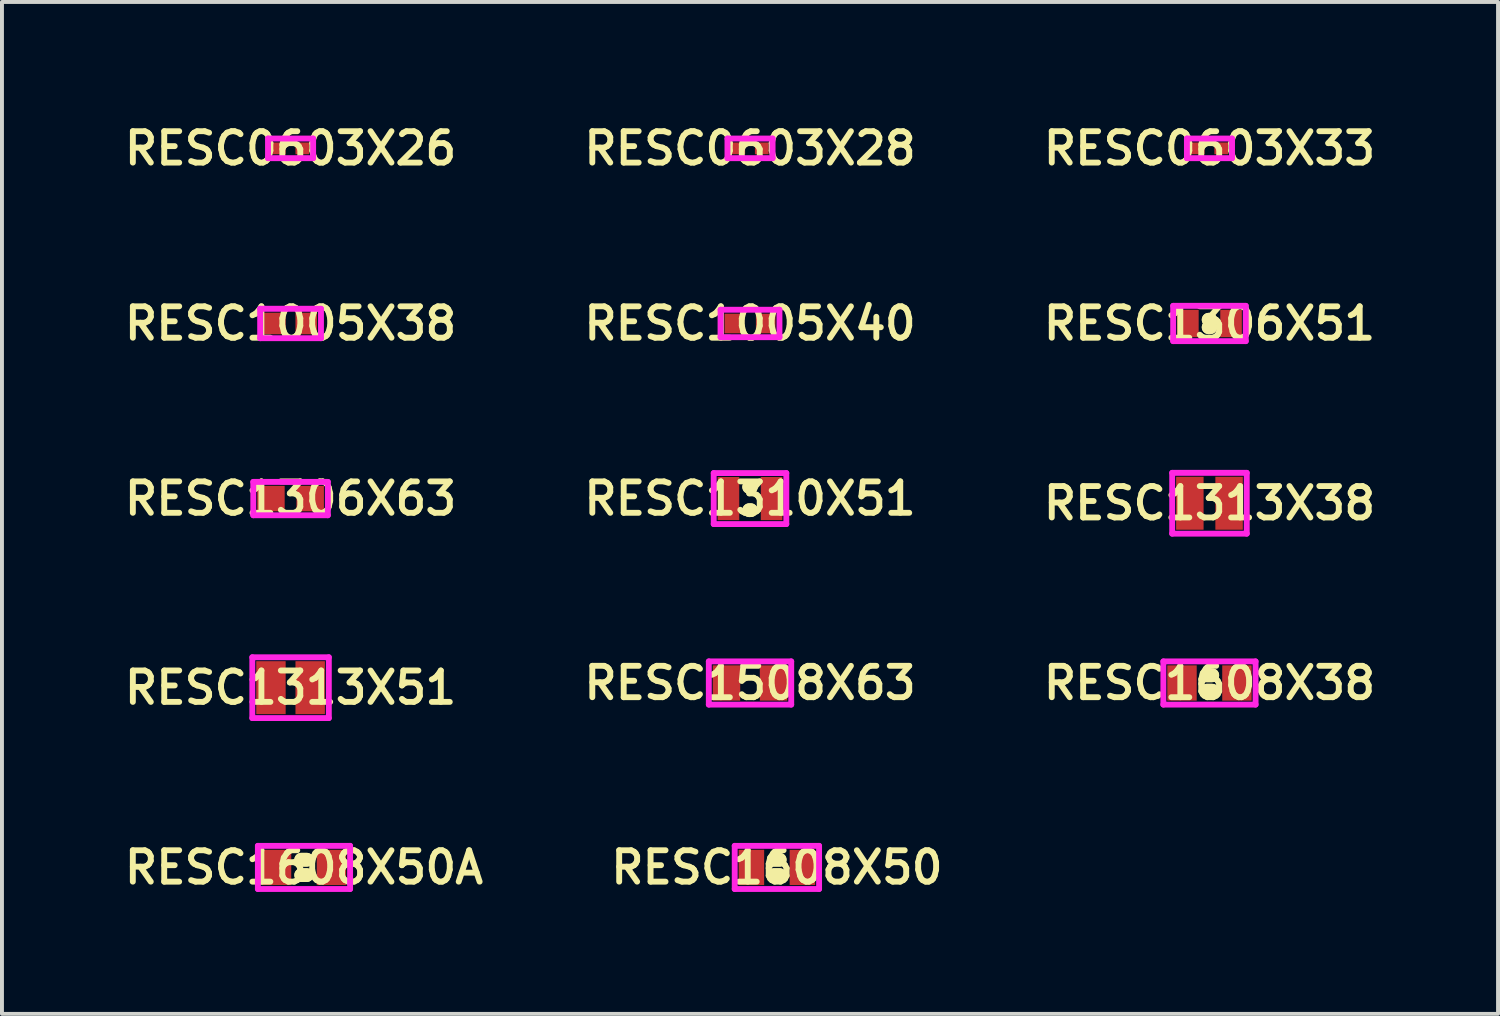
<source format=kicad_pcb>
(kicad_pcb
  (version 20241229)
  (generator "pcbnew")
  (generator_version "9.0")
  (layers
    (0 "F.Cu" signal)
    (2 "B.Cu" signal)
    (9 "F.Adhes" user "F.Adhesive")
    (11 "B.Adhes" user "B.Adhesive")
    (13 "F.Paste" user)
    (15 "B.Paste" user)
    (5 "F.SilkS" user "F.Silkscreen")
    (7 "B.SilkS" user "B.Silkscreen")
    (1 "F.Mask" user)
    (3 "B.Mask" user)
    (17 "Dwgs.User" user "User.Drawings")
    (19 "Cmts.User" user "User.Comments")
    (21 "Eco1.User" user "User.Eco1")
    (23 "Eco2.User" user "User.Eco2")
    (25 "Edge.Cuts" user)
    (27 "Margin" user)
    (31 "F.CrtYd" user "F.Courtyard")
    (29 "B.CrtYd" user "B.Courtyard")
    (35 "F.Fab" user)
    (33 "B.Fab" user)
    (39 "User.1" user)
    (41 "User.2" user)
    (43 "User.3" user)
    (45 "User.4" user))
  (footprint "RESC1306X51"
    (layer "F.Cu")
    (at 27.773 5.194)
    (property "Reference" "RESC1306X51" (at 0 0 0) (layer "F.SilkS") (effects (font (size 0.8 0.8) (thickness 0.15))))
    (attr smd)
    (fp_line (start -0.021 -0.096) (end 0.021 -0.096) (stroke (width 0.35) (type solid)) (layer "F.SilkS"))
    (fp_line (start -0.021 0.096) (end 0.021 0.096) (stroke (width 0.35) (type solid)) (layer "F.SilkS"))
    (fp_line (start 0.021 -0.096) (end -0.021 -0.096) (stroke (width 0.35) (type solid)) (layer "F.SilkS"))
    (fp_line (start 0.021 0.096) (end -0.021 0.096) (stroke (width 0.35) (type solid)) (layer "F.SilkS"))
    (fp_line (start -0.925 -0.45) (end 0.925 -0.45) (stroke (width 0.15) (type solid)) (layer "F.CrtYd"))
    (fp_line (start -0.925 0.45) (end -0.925 -0.45) (stroke (width 0.15) (type solid)) (layer "F.CrtYd"))
    (fp_line (start 0.925 -0.45) (end 0.925 0.45) (stroke (width 0.15) (type solid)) (layer "F.CrtYd"))
    (fp_line (start 0.925 0.45) (end -0.925 0.45) (stroke (width 0.15) (type solid)) (layer "F.CrtYd"))
    (pad "1" smd rect (at -0.55 0) (size 0.55 0.7) (layers "F.Cu" "F.Mask" "F.Paste"))
    (pad "2" smd rect (at 0.55 0) (size 0.55 0.7) (layers "F.Cu" "F.Mask" "F.Paste")))
  (footprint "RESC1005X38"
    (layer "F.Cu")
    (at 4.355 5.194)
    (property "Reference" "RESC1005X38" (at 0 0 0) (layer "F.SilkS") (effects (font (size 0.8 0.8) (thickness 0.15))))
    (attr smd)
    (fp_line (start -0.775 -0.375) (end 0.775 -0.375) (stroke (width 0.15) (type solid)) (layer "F.CrtYd"))
    (fp_line (start -0.775 0.375) (end -0.775 -0.375) (stroke (width 0.15) (type solid)) (layer "F.CrtYd"))
    (fp_line (start 0.775 -0.375) (end 0.775 0.375) (stroke (width 0.15) (type solid)) (layer "F.CrtYd"))
    (fp_line (start 0.775 0.375) (end -0.775 0.375) (stroke (width 0.15) (type solid)) (layer "F.CrtYd"))
    (pad "1" smd rect (at -0.4 0) (size 0.55 0.55) (layers "F.Cu" "F.Mask" "F.Paste"))
    (pad "2" smd rect (at 0.4 0) (size 0.55 0.55) (layers "F.Cu" "F.Mask" "F.Paste")))
  (footprint "RESC0603X28"
    (layer "F.Cu")
    (at 16.064 0.731)
    (property "Reference" "RESC0603X28" (at 0 0 0) (layer "F.SilkS") (effects (font (size 0.8 0.8) (thickness 0.15))))
    (attr smd)
    (fp_line (start -0.575 -0.25) (end 0.575 -0.25) (stroke (width 0.15) (type solid)) (layer "F.CrtYd"))
    (fp_line (start -0.575 0.25) (end -0.575 -0.25) (stroke (width 0.15) (type solid)) (layer "F.CrtYd"))
    (fp_line (start 0.575 -0.25) (end 0.575 0.25) (stroke (width 0.15) (type solid)) (layer "F.CrtYd"))
    (fp_line (start 0.575 0.25) (end -0.575 0.25) (stroke (width 0.15) (type solid)) (layer "F.CrtYd"))
    (pad "1" smd rect (at -0.3 0) (size 0.35 0.3) (layers "F.Cu" "F.Mask" "F.Paste"))
    (pad "2" smd rect (at 0.3 0) (size 0.35 0.3) (layers "F.Cu" "F.Mask" "F.Paste")))
  (footprint "RESC0603X26"
    (layer "F.Cu")
    (at 4.355 0.731)
    (property "Reference" "RESC0603X26" (at 0 0 0) (layer "F.SilkS") (effects (font (size 0.8 0.8) (thickness 0.15))))
    (attr smd)
    (fp_line (start -0.575 -0.25) (end 0.575 -0.25) (stroke (width 0.15) (type solid)) (layer "F.CrtYd"))
    (fp_line (start -0.575 0.25) (end -0.575 -0.25) (stroke (width 0.15) (type solid)) (layer "F.CrtYd"))
    (fp_line (start 0.575 -0.25) (end 0.575 0.25) (stroke (width 0.15) (type solid)) (layer "F.CrtYd"))
    (fp_line (start 0.575 0.25) (end -0.575 0.25) (stroke (width 0.15) (type solid)) (layer "F.CrtYd"))
    (pad "1" smd rect (at -0.3 0) (size 0.35 0.3) (layers "F.Cu" "F.Mask" "F.Paste"))
    (pad "2" smd rect (at 0.3 0) (size 0.35 0.3) (layers "F.Cu" "F.Mask" "F.Paste")))
  (footprint "RESC0603X33"
    (layer "F.Cu")
    (at 27.773 0.731)
    (property "Reference" "RESC0603X33" (at 0 0 0) (layer "F.SilkS") (effects (font (size 0.8 0.8) (thickness 0.15))))
    (attr smd)
    (fp_line (start -0.575 -0.25) (end 0.575 -0.25) (stroke (width 0.15) (type solid)) (layer "F.CrtYd"))
    (fp_line (start -0.575 0.25) (end -0.575 -0.25) (stroke (width 0.15) (type solid)) (layer "F.CrtYd"))
    (fp_line (start 0.575 -0.25) (end 0.575 0.25) (stroke (width 0.15) (type solid)) (layer "F.CrtYd"))
    (fp_line (start 0.575 0.25) (end -0.575 0.25) (stroke (width 0.15) (type solid)) (layer "F.CrtYd"))
    (pad "1" smd rect (at -0.3 0) (size 0.35 0.3) (layers "F.Cu" "F.Mask" "F.Paste"))
    (pad "2" smd rect (at 0.3 0) (size 0.35 0.3) (layers "F.Cu" "F.Mask" "F.Paste")))
  (footprint "RESC1313X51"
    (layer "F.Cu")
    (at 4.355 14.475)
    (property "Reference" "RESC1313X51" (at 0 0 0) (layer "F.SilkS") (effects (font (size 0.8 0.8) (thickness 0.15))))
    (attr smd)
    (fp_line (start -0.975 -0.775) (end 0.975 -0.775) (stroke (width 0.15) (type solid)) (layer "F.CrtYd"))
    (fp_line (start -0.975 0.775) (end -0.975 -0.775) (stroke (width 0.15) (type solid)) (layer "F.CrtYd"))
    (fp_line (start 0.975 -0.775) (end 0.975 0.775) (stroke (width 0.15) (type solid)) (layer "F.CrtYd"))
    (fp_line (start 0.975 0.775) (end -0.975 0.775) (stroke (width 0.15) (type solid)) (layer "F.CrtYd"))
    (pad "1" smd rect (at -0.5 0) (size 0.75 1.35) (layers "F.Cu" "F.Mask" "F.Paste"))
    (pad "2" smd rect (at 0.5 0) (size 0.75 1.35) (layers "F.Cu" "F.Mask" "F.Paste")))
  (footprint "RESC1313X38"
    (layer "F.Cu")
    (at 27.773 9.775)
    (property "Reference" "RESC1313X38" (at 0 0 0) (layer "F.SilkS") (effects (font (size 0.8 0.8) (thickness 0.15))))
    (attr smd)
    (fp_line (start -0.95 -0.775) (end 0.95 -0.775) (stroke (width 0.15) (type solid)) (layer "F.CrtYd"))
    (fp_line (start -0.95 0.775) (end -0.95 -0.775) (stroke (width 0.15) (type solid)) (layer "F.CrtYd"))
    (fp_line (start 0.95 -0.775) (end 0.95 0.775) (stroke (width 0.15) (type solid)) (layer "F.CrtYd"))
    (fp_line (start 0.95 0.775) (end -0.95 0.775) (stroke (width 0.15) (type solid)) (layer "F.CrtYd"))
    (pad "1" smd rect (at -0.5 0) (size 0.7 1.35) (layers "F.Cu" "F.Mask" "F.Paste"))
    (pad "2" smd rect (at 0.5 0) (size 0.7 1.35) (layers "F.Cu" "F.Mask" "F.Paste")))
  (footprint "RESC1310X51"
    (layer "F.Cu")
    (at 16.064 9.656)
    (property "Reference" "RESC1310X51" (at 0 0 0) (layer "F.SilkS") (effects (font (size 0.8 0.8) (thickness 0.15))))
    (attr smd)
    (fp_line (start -0.021 -0.296) (end 0.021 -0.296) (stroke (width 0.35) (type solid)) (layer "F.SilkS"))
    (fp_line (start -0.021 0.296) (end 0.021 0.296) (stroke (width 0.35) (type solid)) (layer "F.SilkS"))
    (fp_line (start 0.021 -0.296) (end -0.021 -0.296) (stroke (width 0.35) (type solid)) (layer "F.SilkS"))
    (fp_line (start 0.021 0.296) (end -0.021 0.296) (stroke (width 0.35) (type solid)) (layer "F.SilkS"))
    (fp_line (start -0.925 -0.65) (end 0.925 -0.65) (stroke (width 0.15) (type solid)) (layer "F.CrtYd"))
    (fp_line (start -0.925 0.65) (end -0.925 -0.65) (stroke (width 0.15) (type solid)) (layer "F.CrtYd"))
    (fp_line (start 0.925 -0.65) (end 0.925 0.65) (stroke (width 0.15) (type solid)) (layer "F.CrtYd"))
    (fp_line (start 0.925 0.65) (end -0.925 0.65) (stroke (width 0.15) (type solid)) (layer "F.CrtYd"))
    (pad "1" smd rect (at -0.55 0) (size 0.55 1.1) (layers "F.Cu" "F.Mask" "F.Paste"))
    (pad "2" smd rect (at 0.55 0) (size 0.55 1.1) (layers "F.Cu" "F.Mask" "F.Paste")))
  (footprint "RESC1608X50A"
    (layer "F.Cu")
    (at 4.697 19.056)
    (property "Reference" "RESC1608X50A" (at 0 0 0) (layer "F.SilkS") (effects (font (size 0.8 0.8) (thickness 0.15))))
    (attr smd)
    (fp_line (start -0.071 -0.196) (end 0.071 -0.196) (stroke (width 0.35) (type solid)) (layer "F.SilkS"))
    (fp_line (start -0.071 0.196) (end 0.071 0.196) (stroke (width 0.35) (type solid)) (layer "F.SilkS"))
    (fp_line (start 0.071 -0.196) (end -0.071 -0.196) (stroke (width 0.35) (type solid)) (layer "F.SilkS"))
    (fp_line (start 0.071 0.196) (end -0.071 0.196) (stroke (width 0.35) (type solid)) (layer "F.SilkS"))
    (fp_line (start -1.175 -0.55) (end 1.175 -0.55) (stroke (width 0.15) (type solid)) (layer "F.CrtYd"))
    (fp_line (start -1.175 0.55) (end -1.175 -0.55) (stroke (width 0.15) (type solid)) (layer "F.CrtYd"))
    (fp_line (start 1.175 -0.55) (end 1.175 0.55) (stroke (width 0.15) (type solid)) (layer "F.CrtYd"))
    (fp_line (start 1.175 0.55) (end -1.175 0.55) (stroke (width 0.15) (type solid)) (layer "F.CrtYd"))
    (pad "1" smd rect (at -0.7 0) (size 0.75 0.9) (layers "F.Cu" "F.Mask" "F.Paste"))
    (pad "2" smd rect (at 0.7 0) (size 0.75 0.9) (layers "F.Cu" "F.Mask" "F.Paste")))
  (footprint "RESC1508X63"
    (layer "F.Cu")
    (at 16.064 14.356)
    (property "Reference" "RESC1508X63" (at 0 0 0) (layer "F.SilkS") (effects (font (size 0.8 0.8) (thickness 0.15))))
    (attr smd)
    (fp_line (start -1.05 -0.55) (end 1.05 -0.55) (stroke (width 0.15) (type solid)) (layer "F.CrtYd"))
    (fp_line (start -1.05 0.55) (end -1.05 -0.55) (stroke (width 0.15) (type solid)) (layer "F.CrtYd"))
    (fp_line (start 1.05 -0.55) (end 1.05 0.55) (stroke (width 0.15) (type solid)) (layer "F.CrtYd"))
    (fp_line (start 1.05 0.55) (end -1.05 0.55) (stroke (width 0.15) (type solid)) (layer "F.CrtYd"))
    (pad "1" smd rect (at -0.6 0) (size 0.7 0.9) (layers "F.Cu" "F.Mask" "F.Paste"))
    (pad "2" smd rect (at 0.6 0) (size 0.7 0.9) (layers "F.Cu" "F.Mask" "F.Paste")))
  (footprint "RESC1608X50"
    (layer "F.Cu")
    (at 16.749 19.056)
    (property "Reference" "RESC1608X50" (at 0 0 0) (layer "F.SilkS") (effects (font (size 0.8 0.8) (thickness 0.15))))
    (attr smd)
    (fp_line (start -0.071 -0.196) (end 0.071 -0.196) (stroke (width 0.35) (type solid)) (layer "F.SilkS"))
    (fp_line (start -0.071 0.196) (end 0.071 0.196) (stroke (width 0.35) (type solid)) (layer "F.SilkS"))
    (fp_line (start 0.071 -0.196) (end -0.071 -0.196) (stroke (width 0.35) (type solid)) (layer "F.SilkS"))
    (fp_line (start 0.071 0.196) (end -0.071 0.196) (stroke (width 0.35) (type solid)) (layer "F.SilkS"))
    (fp_line (start -1.075 -0.55) (end 1.075 -0.55) (stroke (width 0.15) (type solid)) (layer "F.CrtYd"))
    (fp_line (start -1.075 0.55) (end -1.075 -0.55) (stroke (width 0.15) (type solid)) (layer "F.CrtYd"))
    (fp_line (start 1.075 -0.55) (end 1.075 0.55) (stroke (width 0.15) (type solid)) (layer "F.CrtYd"))
    (fp_line (start 1.075 0.55) (end -1.075 0.55) (stroke (width 0.15) (type solid)) (layer "F.CrtYd"))
    (pad "1" smd rect (at -0.65 0) (size 0.65 0.9) (layers "F.Cu" "F.Mask" "F.Paste"))
    (pad "2" smd rect (at 0.65 0) (size 0.65 0.9) (layers "F.Cu" "F.Mask" "F.Paste")))
  (footprint "RESC1608X38"
    (layer "F.Cu")
    (at 27.773 14.356)
    (property "Reference" "RESC1608X38" (at 0 0 0) (layer "F.SilkS") (effects (font (size 0.8 0.8) (thickness 0.15))))
    (attr smd)
    (fp_line (start -0.071 -0.196) (end 0.071 -0.196) (stroke (width 0.35) (type solid)) (layer "F.SilkS"))
    (fp_line (start -0.071 0.196) (end 0.071 0.196) (stroke (width 0.35) (type solid)) (layer "F.SilkS"))
    (fp_line (start 0.071 -0.196) (end -0.071 -0.196) (stroke (width 0.35) (type solid)) (layer "F.SilkS"))
    (fp_line (start 0.071 0.196) (end -0.071 0.196) (stroke (width 0.35) (type solid)) (layer "F.SilkS"))
    (fp_line (start -1.175 -0.55) (end 1.175 -0.55) (stroke (width 0.15) (type solid)) (layer "F.CrtYd"))
    (fp_line (start -1.175 0.55) (end -1.175 -0.55) (stroke (width 0.15) (type solid)) (layer "F.CrtYd"))
    (fp_line (start 1.175 -0.55) (end 1.175 0.55) (stroke (width 0.15) (type solid)) (layer "F.CrtYd"))
    (fp_line (start 1.175 0.55) (end -1.175 0.55) (stroke (width 0.15) (type solid)) (layer "F.CrtYd"))
    (pad "1" smd rect (at -0.7 0) (size 0.75 0.9) (layers "F.Cu" "F.Mask" "F.Paste"))
    (pad "2" smd rect (at 0.7 0) (size 0.75 0.9) (layers "F.Cu" "F.Mask" "F.Paste")))
  (footprint "RESC1306X63"
    (layer "F.Cu")
    (at 4.355 9.656)
    (property "Reference" "RESC1306X63" (at 0 0 0) (layer "F.SilkS") (effects (font (size 0.8 0.8) (thickness 0.15))))
    (attr smd)
    (fp_line (start -0.95 -0.425) (end 0.95 -0.425) (stroke (width 0.15) (type solid)) (layer "F.CrtYd"))
    (fp_line (start -0.95 0.425) (end -0.95 -0.425) (stroke (width 0.15) (type solid)) (layer "F.CrtYd"))
    (fp_line (start 0.95 -0.425) (end 0.95 0.425) (stroke (width 0.15) (type solid)) (layer "F.CrtYd"))
    (fp_line (start 0.95 0.425) (end -0.95 0.425) (stroke (width 0.15) (type solid)) (layer "F.CrtYd"))
    (pad "1" smd rect (at -0.5 0) (size 0.7 0.65) (layers "F.Cu" "F.Mask" "F.Paste"))
    (pad "2" smd rect (at 0.5 0) (size 0.7 0.65) (layers "F.Cu" "F.Mask" "F.Paste")))
  (footprint "RESC1005X40"
    (layer "F.Cu")
    (at 16.064 5.194)
    (property "Reference" "RESC1005X40" (at 0 0 0) (layer "F.SilkS") (effects (font (size 0.8 0.8) (thickness 0.15))))
    (attr smd)
    (fp_line (start -0.75 -0.35) (end 0.75 -0.35) (stroke (width 0.15) (type solid)) (layer "F.CrtYd"))
    (fp_line (start -0.75 0.35) (end -0.75 -0.35) (stroke (width 0.15) (type solid)) (layer "F.CrtYd"))
    (fp_line (start 0.75 -0.35) (end 0.75 0.35) (stroke (width 0.15) (type solid)) (layer "F.CrtYd"))
    (fp_line (start 0.75 0.35) (end -0.75 0.35) (stroke (width 0.15) (type solid)) (layer "F.CrtYd"))
    (pad "1" smd rect (at -0.4 0) (size 0.5 0.5) (layers "F.Cu" "F.Mask" "F.Paste"))
    (pad "2" smd rect (at 0.4 0) (size 0.5 0.5) (layers "F.Cu" "F.Mask" "F.Paste")))
  (gr_rect
    (start -3 -3)
    (end 35.127 22.788)
    (stroke (width 0.1) (type default))
    (fill no)
    (layer "Edge.Cuts")))
</source>
